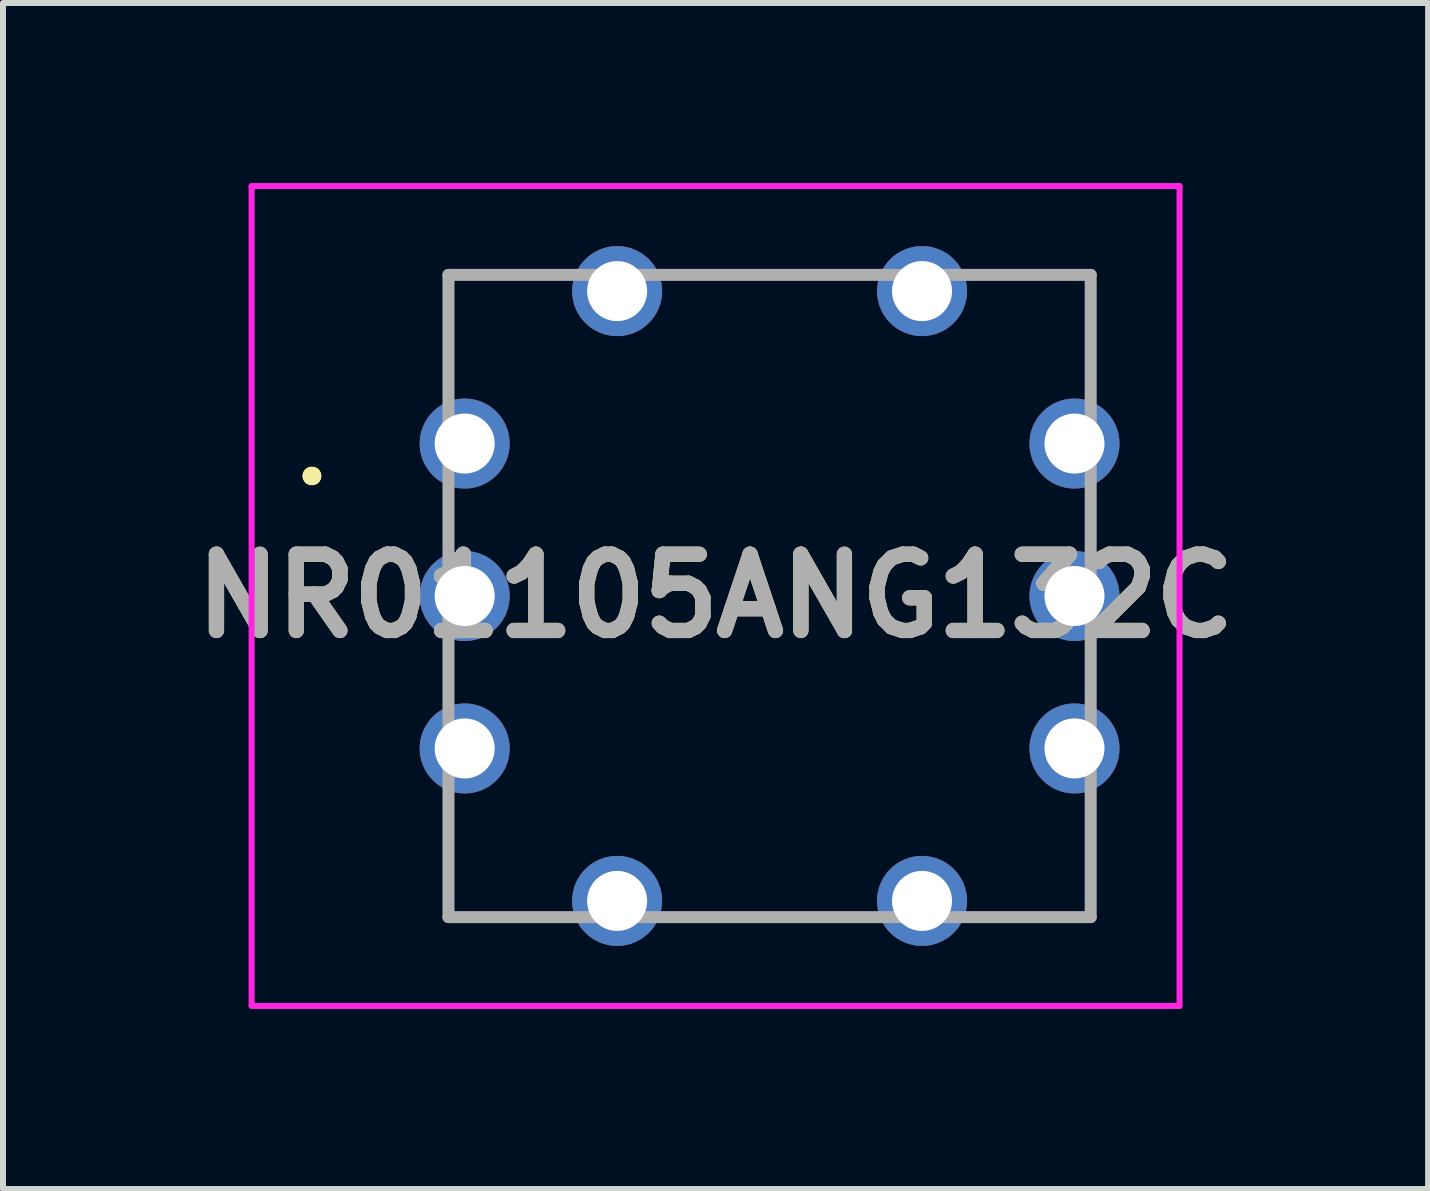
<source format=kicad_pcb>
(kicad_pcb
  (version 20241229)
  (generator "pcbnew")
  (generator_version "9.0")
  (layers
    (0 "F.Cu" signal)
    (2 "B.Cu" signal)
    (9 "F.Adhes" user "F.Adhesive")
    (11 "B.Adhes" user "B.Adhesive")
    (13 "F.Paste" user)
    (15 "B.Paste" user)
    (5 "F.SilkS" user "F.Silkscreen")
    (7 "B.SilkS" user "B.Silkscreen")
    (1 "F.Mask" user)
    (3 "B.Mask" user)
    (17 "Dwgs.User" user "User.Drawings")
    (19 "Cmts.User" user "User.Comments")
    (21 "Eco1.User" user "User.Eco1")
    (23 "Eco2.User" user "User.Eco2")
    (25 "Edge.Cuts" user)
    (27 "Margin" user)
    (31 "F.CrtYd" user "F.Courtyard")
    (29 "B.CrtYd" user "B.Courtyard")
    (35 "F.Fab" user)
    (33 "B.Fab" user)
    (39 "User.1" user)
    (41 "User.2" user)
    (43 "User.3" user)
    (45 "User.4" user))
  (footprint "NR01105ANG132C"
    (layer "F.Cu")
    (at 4.692 4.34)
    (property "Reference" "NR01105ANG132C" (at 4.18 2.54 0) (layer "F.SilkS") (effects (font (size 1.27 1.27) (thickness 0.254))))
    (attr through_hole)
    (fp_line (start -2.55 0.54) (end -2.55 0.54) (stroke (width 0.3) (type solid)) (layer "F.SilkS"))
    (fp_line (start -2.54 0.54) (end -2.54 0.54) (stroke (width 0.3) (type solid)) (layer "F.SilkS"))
    (fp_arc (start -2.55 0.54) (mid -2.545 0.535) (end -2.54 0.54) (stroke (width 0.3) (type solid)) (layer "F.SilkS"))
    (fp_arc (start -2.54 0.54) (mid -2.545 0.545) (end -2.55 0.54) (stroke (width 0.3) (type solid)) (layer "F.SilkS"))
    (fp_line (start -3.55 -4.29) (end 11.91 -4.29) (stroke (width 0.1) (type solid)) (layer "F.CrtYd"))
    (fp_line (start -3.55 9.37) (end -3.55 -4.29) (stroke (width 0.1) (type solid)) (layer "F.CrtYd"))
    (fp_line (start 11.91 -4.29) (end 11.91 9.37) (stroke (width 0.1) (type solid)) (layer "F.CrtYd"))
    (fp_line (start 11.91 9.37) (end -3.55 9.37) (stroke (width 0.1) (type solid)) (layer "F.CrtYd"))
    (fp_line (start -0.27 -2.81) (end 10.43 -2.81) (stroke (width 0.2) (type solid)) (layer "F.Fab"))
    (fp_line (start -0.27 7.89) (end -0.27 -2.81) (stroke (width 0.2) (type solid)) (layer "F.Fab"))
    (fp_line (start 10.43 -2.81) (end 10.43 7.89) (stroke (width 0.2) (type solid)) (layer "F.Fab"))
    (fp_line (start 10.43 7.89) (end -0.27 7.89) (stroke (width 0.2) (type solid)) (layer "F.Fab"))
    (fp_text user "${REFERENCE}" (at 4.18 2.54 0) (layer "F.Fab") (effects (font (size 1.27 1.27) (thickness 0.254))))
    (pad "1" thru_hole circle (at 0 0) (size 1.5 1.5) (drill 1) (layers "*.Cu" "*.Mask"))
    (pad "2" thru_hole circle (at 10.16 0) (size 1.5 1.5) (drill 1) (layers "*.Cu" "*.Mask"))
    (pad "3" thru_hole circle (at 10.16 2.54) (size 1.5 1.5) (drill 1) (layers "*.Cu" "*.Mask"))
    (pad "4" thru_hole circle (at 10.16 5.08) (size 1.5 1.5) (drill 1) (layers "*.Cu" "*.Mask"))
    (pad "5" thru_hole circle (at 0 5.08) (size 1.5 1.5) (drill 1) (layers "*.Cu" "*.Mask"))
    (pad "C1" thru_hole circle (at 0 2.54) (size 1.5 1.5) (drill 1) (layers "*.Cu" "*.Mask"))
    (pad "MH1" thru_hole circle (at 2.54 7.62) (size 1.5 1.5) (drill 1) (layers "*.Cu" "*.Mask"))
    (pad "MH2" thru_hole circle (at 7.62 7.62) (size 1.5 1.5) (drill 1) (layers "*.Cu" "*.Mask"))
    (pad "MH3" thru_hole circle (at 7.62 -2.54) (size 1.5 1.5) (drill 1) (layers "*.Cu" "*.Mask"))
    (pad "MH4" thru_hole circle (at 2.54 -2.54) (size 1.5 1.5) (drill 1) (layers "*.Cu" "*.Mask")))
  (gr_rect
    (start -3 -3)
    (end 20.744 16.76)
    (stroke (width 0.1) (type default))
    (fill no)
    (layer "Edge.Cuts")))
</source>
